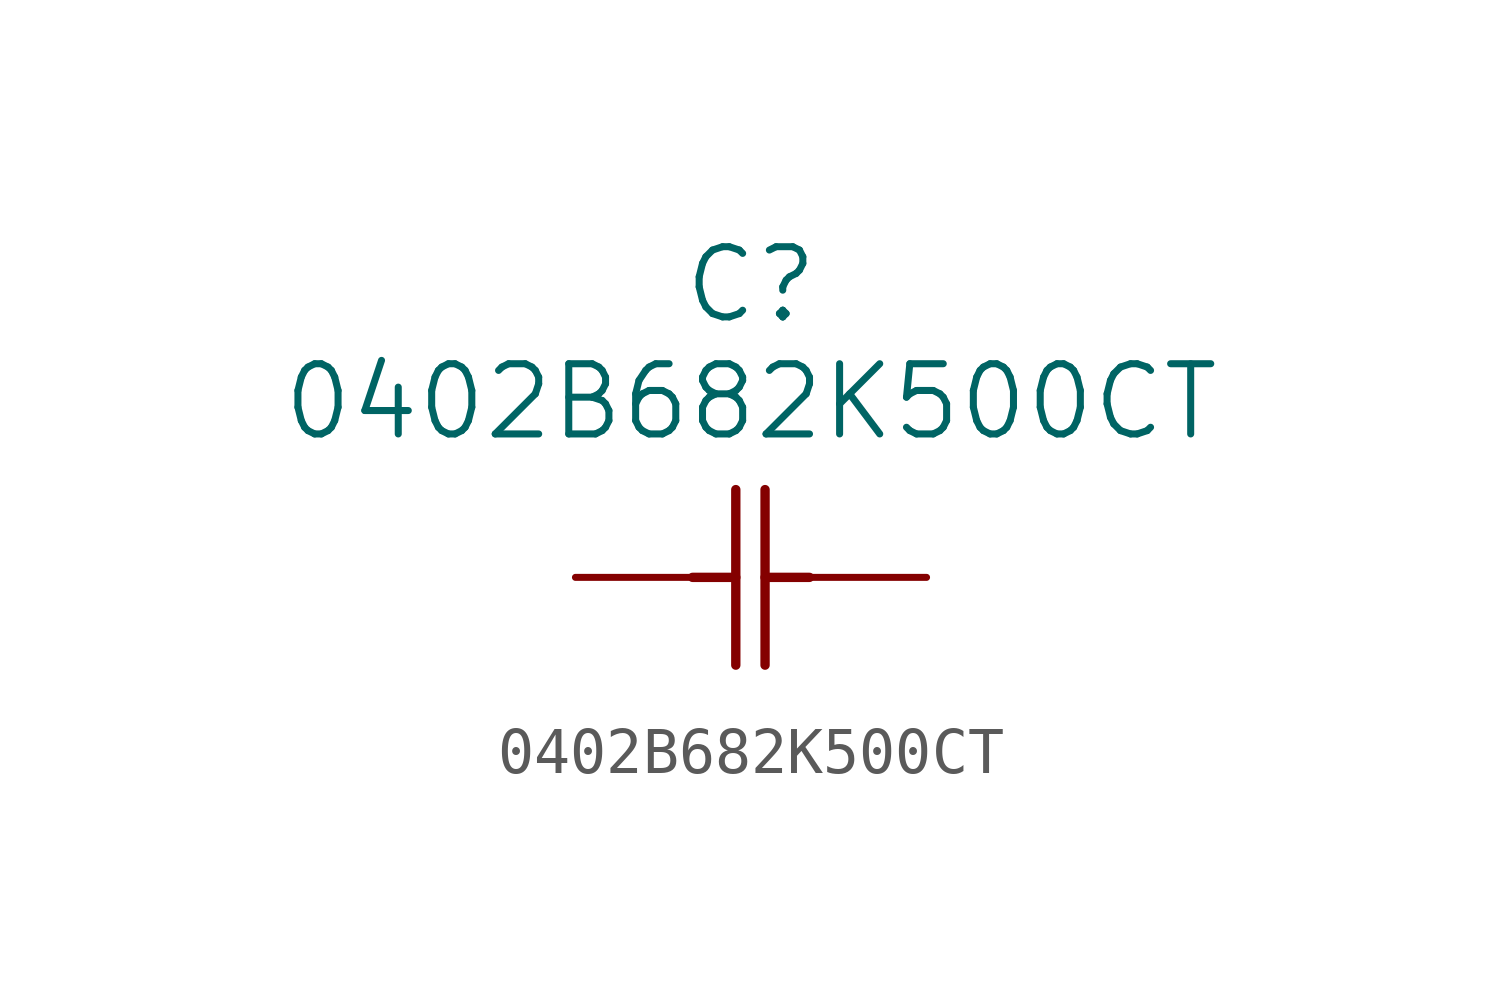
<source format=kicad_sym>
(kicad_symbol_lib
  (version 20220328)
  (generator kicad_symbol_editor)
  (symbol "0402B682K500CT"
    (pin_numbers hide)
    (pin_names
      (offset 1.651) hide)
    (property "Reference" "C"
      (at 0 6.35 0)
      (effects (font (size 1.524 1.524))))
    (property "Value" "0402B682K500CT"
      (at 0 3.81 0)
      (effects (font (size 1.524 1.524))))
    (symbol "0402B682K500CT_1_1"
      (polyline (pts (xy -1.27 0) (xy -0.33 0)) (stroke (width 0.203) (type solid)) (fill (type none)))
      (polyline (pts (xy -0.33 -1.905) (xy -0.33 1.905)) (stroke (width 0.203) (type solid)) (fill (type none)))
      (polyline (pts (xy 0.305 -1.905) (xy 0.305 1.905)) (stroke (width 0.203) (type solid)) (fill (type none)))
      (polyline (pts (xy 0.305 0) (xy 1.27 0)) (stroke (width 0.203) (type solid)) (fill (type none)))
      (pin unspecified line (at -3.81 0 0) (length 2.54) (name "1" (effects (font (size 1.499 1.499)))) (number "1" (effects (font (size 1.499 1.499)))))
      (pin unspecified line (at 3.81 0 180) (length 2.54) (name "2" (effects (font (size 1.499 1.499)))) (number "2" (effects (font (size 1.499 1.499))))))))
</source>
